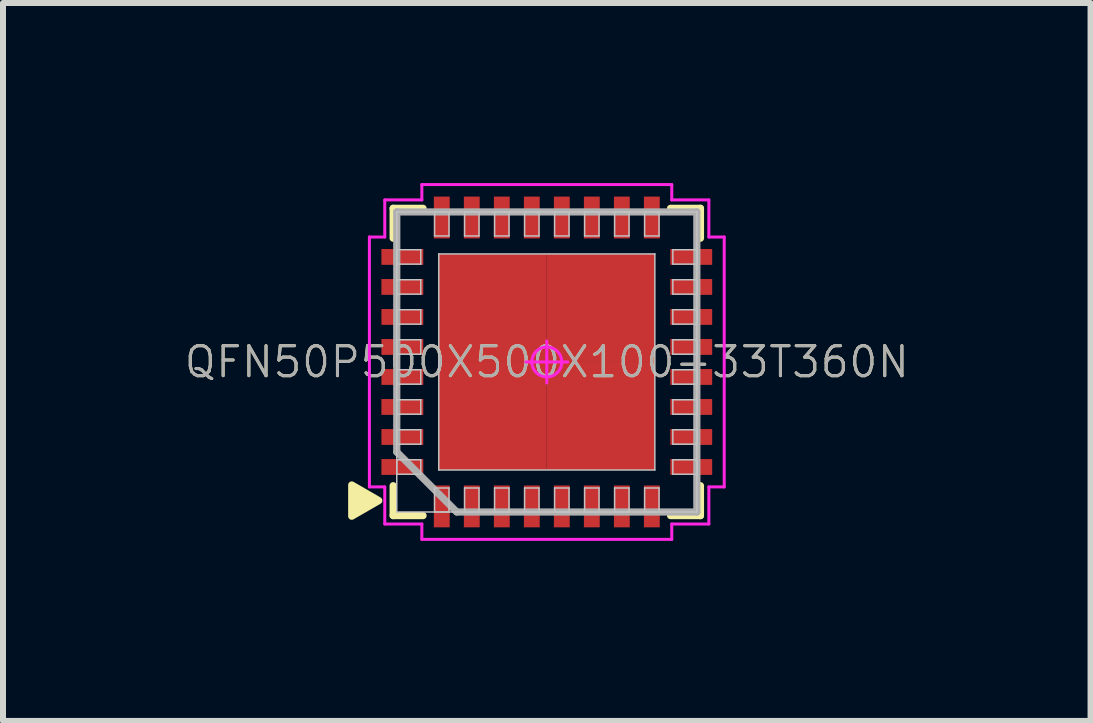
<source format=kicad_pcb>
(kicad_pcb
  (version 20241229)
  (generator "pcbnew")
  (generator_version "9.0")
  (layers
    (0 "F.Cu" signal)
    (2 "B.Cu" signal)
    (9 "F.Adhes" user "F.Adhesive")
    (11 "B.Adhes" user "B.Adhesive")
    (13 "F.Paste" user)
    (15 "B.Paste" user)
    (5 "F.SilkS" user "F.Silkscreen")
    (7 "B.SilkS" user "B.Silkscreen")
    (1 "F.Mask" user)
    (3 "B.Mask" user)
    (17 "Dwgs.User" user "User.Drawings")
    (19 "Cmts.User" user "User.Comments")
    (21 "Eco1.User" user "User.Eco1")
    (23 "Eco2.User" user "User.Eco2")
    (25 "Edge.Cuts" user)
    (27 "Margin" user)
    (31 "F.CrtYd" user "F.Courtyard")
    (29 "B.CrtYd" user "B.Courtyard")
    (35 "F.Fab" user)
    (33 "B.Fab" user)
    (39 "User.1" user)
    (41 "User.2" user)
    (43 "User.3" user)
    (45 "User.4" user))
  (footprint "QFN50P500X500X100-33T360N"
    (layer "F.Cu")
    (at 6.061 2.981)
    (property "Reference" "QFN50P500X500X100-33T360N" (at 0 0 0) (layer "F.SilkS") (effects (font (size 0.5 0.5) (thickness 0.05))))
    (attr smd)
    (fp_line (start -2.56 -2.56) (end -2.56 -2.062) (stroke (width 0.12) (type solid)) (layer "F.SilkS"))
    (fp_line (start -2.56 2.56) (end -2.56 2.062) (stroke (width 0.12) (type solid)) (layer "F.SilkS"))
    (fp_line (start -2.062 -2.56) (end -2.56 -2.56) (stroke (width 0.12) (type solid)) (layer "F.SilkS"))
    (fp_line (start -2.062 2.56) (end -2.56 2.56) (stroke (width 0.12) (type solid)) (layer "F.SilkS"))
    (fp_line (start 2.062 -2.56) (end 2.56 -2.56) (stroke (width 0.12) (type solid)) (layer "F.SilkS"))
    (fp_line (start 2.062 2.56) (end 2.56 2.56) (stroke (width 0.12) (type solid)) (layer "F.SilkS"))
    (fp_line (start 2.56 -2.56) (end 2.56 -2.062) (stroke (width 0.12) (type solid)) (layer "F.SilkS"))
    (fp_line (start 2.56 2.56) (end 2.56 2.062) (stroke (width 0.12) (type solid)) (layer "F.SilkS"))
    (fp_poly (pts (xy -3.25 2.05) (xy -2.8 2.31) (xy -3.25 2.57)) (stroke (width 0.12) (type solid)) (fill yes) (layer "F.SilkS"))
    (fp_line (start -2.5 -2.5) (end 2.5 -2.5) (stroke (width 0.025) (type solid)) (layer "Dwgs.User"))
    (fp_line (start -2.5 -1.87) (end -2.1 -1.87) (stroke (width 0.025) (type solid)) (layer "Dwgs.User"))
    (fp_line (start -2.5 -1.63) (end -2.5 -1.87) (stroke (width 0.025) (type solid)) (layer "Dwgs.User"))
    (fp_line (start -2.5 -1.37) (end -2.1 -1.37) (stroke (width 0.025) (type solid)) (layer "Dwgs.User"))
    (fp_line (start -2.5 -1.13) (end -2.5 -1.37) (stroke (width 0.025) (type solid)) (layer "Dwgs.User"))
    (fp_line (start -2.5 -0.87) (end -2.1 -0.87) (stroke (width 0.025) (type solid)) (layer "Dwgs.User"))
    (fp_line (start -2.5 -0.63) (end -2.5 -0.87) (stroke (width 0.025) (type solid)) (layer "Dwgs.User"))
    (fp_line (start -2.5 -0.37) (end -2.1 -0.37) (stroke (width 0.025) (type solid)) (layer "Dwgs.User"))
    (fp_line (start -2.5 -0.13) (end -2.5 -0.37) (stroke (width 0.025) (type solid)) (layer "Dwgs.User"))
    (fp_line (start -2.5 0.13) (end -2.1 0.13) (stroke (width 0.025) (type solid)) (layer "Dwgs.User"))
    (fp_line (start -2.5 0.37) (end -2.5 0.13) (stroke (width 0.025) (type solid)) (layer "Dwgs.User"))
    (fp_line (start -2.5 0.63) (end -2.1 0.63) (stroke (width 0.025) (type solid)) (layer "Dwgs.User"))
    (fp_line (start -2.5 0.87) (end -2.5 0.63) (stroke (width 0.025) (type solid)) (layer "Dwgs.User"))
    (fp_line (start -2.5 1.13) (end -2.1 1.13) (stroke (width 0.025) (type solid)) (layer "Dwgs.User"))
    (fp_line (start -2.5 1.37) (end -2.5 1.13) (stroke (width 0.025) (type solid)) (layer "Dwgs.User"))
    (fp_line (start -2.5 1.63) (end -2.1 1.63) (stroke (width 0.025) (type solid)) (layer "Dwgs.User"))
    (fp_line (start -2.5 1.87) (end -2.5 1.63) (stroke (width 0.025) (type solid)) (layer "Dwgs.User"))
    (fp_line (start -2.5 2.5) (end -2.5 -2.5) (stroke (width 0.025) (type solid)) (layer "Dwgs.User"))
    (fp_line (start -2.1 -1.87) (end -2.1 -1.63) (stroke (width 0.025) (type solid)) (layer "Dwgs.User"))
    (fp_line (start -2.1 -1.63) (end -2.5 -1.63) (stroke (width 0.025) (type solid)) (layer "Dwgs.User"))
    (fp_line (start -2.1 -1.37) (end -2.1 -1.13) (stroke (width 0.025) (type solid)) (layer "Dwgs.User"))
    (fp_line (start -2.1 -1.13) (end -2.5 -1.13) (stroke (width 0.025) (type solid)) (layer "Dwgs.User"))
    (fp_line (start -2.1 -0.87) (end -2.1 -0.63) (stroke (width 0.025) (type solid)) (layer "Dwgs.User"))
    (fp_line (start -2.1 -0.63) (end -2.5 -0.63) (stroke (width 0.025) (type solid)) (layer "Dwgs.User"))
    (fp_line (start -2.1 -0.37) (end -2.1 -0.13) (stroke (width 0.025) (type solid)) (layer "Dwgs.User"))
    (fp_line (start -2.1 -0.13) (end -2.5 -0.13) (stroke (width 0.025) (type solid)) (layer "Dwgs.User"))
    (fp_line (start -2.1 0.13) (end -2.1 0.37) (stroke (width 0.025) (type solid)) (layer "Dwgs.User"))
    (fp_line (start -2.1 0.37) (end -2.5 0.37) (stroke (width 0.025) (type solid)) (layer "Dwgs.User"))
    (fp_line (start -2.1 0.63) (end -2.1 0.87) (stroke (width 0.025) (type solid)) (layer "Dwgs.User"))
    (fp_line (start -2.1 0.87) (end -2.5 0.87) (stroke (width 0.025) (type solid)) (layer "Dwgs.User"))
    (fp_line (start -2.1 1.13) (end -2.1 1.37) (stroke (width 0.025) (type solid)) (layer "Dwgs.User"))
    (fp_line (start -2.1 1.37) (end -2.5 1.37) (stroke (width 0.025) (type solid)) (layer "Dwgs.User"))
    (fp_line (start -2.1 1.63) (end -2.1 1.87) (stroke (width 0.025) (type solid)) (layer "Dwgs.User"))
    (fp_line (start -2.1 1.87) (end -2.5 1.87) (stroke (width 0.025) (type solid)) (layer "Dwgs.User"))
    (fp_line (start -1.87 -2.5) (end -1.63 -2.5) (stroke (width 0.025) (type solid)) (layer "Dwgs.User"))
    (fp_line (start -1.87 -2.1) (end -1.87 -2.5) (stroke (width 0.025) (type solid)) (layer "Dwgs.User"))
    (fp_line (start -1.87 2.1) (end -1.63 2.1) (stroke (width 0.025) (type solid)) (layer "Dwgs.User"))
    (fp_line (start -1.87 2.5) (end -1.87 2.1) (stroke (width 0.025) (type solid)) (layer "Dwgs.User"))
    (fp_line (start -1.8 -1.8) (end 1.8 -1.8) (stroke (width 0.025) (type solid)) (layer "Dwgs.User"))
    (fp_line (start -1.8 1.8) (end -1.8 -1.8) (stroke (width 0.025) (type solid)) (layer "Dwgs.User"))
    (fp_line (start -1.63 -2.5) (end -1.63 -2.1) (stroke (width 0.025) (type solid)) (layer "Dwgs.User"))
    (fp_line (start -1.63 -2.1) (end -1.87 -2.1) (stroke (width 0.025) (type solid)) (layer "Dwgs.User"))
    (fp_line (start -1.63 2.1) (end -1.63 2.5) (stroke (width 0.025) (type solid)) (layer "Dwgs.User"))
    (fp_line (start -1.63 2.5) (end -1.87 2.5) (stroke (width 0.025) (type solid)) (layer "Dwgs.User"))
    (fp_line (start -1.37 -2.5) (end -1.13 -2.5) (stroke (width 0.025) (type solid)) (layer "Dwgs.User"))
    (fp_line (start -1.37 -2.1) (end -1.37 -2.5) (stroke (width 0.025) (type solid)) (layer "Dwgs.User"))
    (fp_line (start -1.37 2.1) (end -1.13 2.1) (stroke (width 0.025) (type solid)) (layer "Dwgs.User"))
    (fp_line (start -1.37 2.5) (end -1.37 2.1) (stroke (width 0.025) (type solid)) (layer "Dwgs.User"))
    (fp_line (start -1.13 -2.5) (end -1.13 -2.1) (stroke (width 0.025) (type solid)) (layer "Dwgs.User"))
    (fp_line (start -1.13 -2.1) (end -1.37 -2.1) (stroke (width 0.025) (type solid)) (layer "Dwgs.User"))
    (fp_line (start -1.13 2.1) (end -1.13 2.5) (stroke (width 0.025) (type solid)) (layer "Dwgs.User"))
    (fp_line (start -1.13 2.5) (end -1.37 2.5) (stroke (width 0.025) (type solid)) (layer "Dwgs.User"))
    (fp_line (start -0.87 -2.5) (end -0.63 -2.5) (stroke (width 0.025) (type solid)) (layer "Dwgs.User"))
    (fp_line (start -0.87 -2.1) (end -0.87 -2.5) (stroke (width 0.025) (type solid)) (layer "Dwgs.User"))
    (fp_line (start -0.87 2.1) (end -0.63 2.1) (stroke (width 0.025) (type solid)) (layer "Dwgs.User"))
    (fp_line (start -0.87 2.5) (end -0.87 2.1) (stroke (width 0.025) (type solid)) (layer "Dwgs.User"))
    (fp_line (start -0.63 -2.5) (end -0.63 -2.1) (stroke (width 0.025) (type solid)) (layer "Dwgs.User"))
    (fp_line (start -0.63 -2.1) (end -0.87 -2.1) (stroke (width 0.025) (type solid)) (layer "Dwgs.User"))
    (fp_line (start -0.63 2.1) (end -0.63 2.5) (stroke (width 0.025) (type solid)) (layer "Dwgs.User"))
    (fp_line (start -0.63 2.5) (end -0.87 2.5) (stroke (width 0.025) (type solid)) (layer "Dwgs.User"))
    (fp_line (start -0.37 -2.5) (end -0.13 -2.5) (stroke (width 0.025) (type solid)) (layer "Dwgs.User"))
    (fp_line (start -0.37 -2.1) (end -0.37 -2.5) (stroke (width 0.025) (type solid)) (layer "Dwgs.User"))
    (fp_line (start -0.37 2.1) (end -0.13 2.1) (stroke (width 0.025) (type solid)) (layer "Dwgs.User"))
    (fp_line (start -0.37 2.5) (end -0.37 2.1) (stroke (width 0.025) (type solid)) (layer "Dwgs.User"))
    (fp_line (start -0.13 -2.5) (end -0.13 -2.1) (stroke (width 0.025) (type solid)) (layer "Dwgs.User"))
    (fp_line (start -0.13 -2.1) (end -0.37 -2.1) (stroke (width 0.025) (type solid)) (layer "Dwgs.User"))
    (fp_line (start -0.13 2.1) (end -0.13 2.5) (stroke (width 0.025) (type solid)) (layer "Dwgs.User"))
    (fp_line (start -0.13 2.5) (end -0.37 2.5) (stroke (width 0.025) (type solid)) (layer "Dwgs.User"))
    (fp_line (start 0.13 -2.5) (end 0.37 -2.5) (stroke (width 0.025) (type solid)) (layer "Dwgs.User"))
    (fp_line (start 0.13 -2.1) (end 0.13 -2.5) (stroke (width 0.025) (type solid)) (layer "Dwgs.User"))
    (fp_line (start 0.13 2.1) (end 0.37 2.1) (stroke (width 0.025) (type solid)) (layer "Dwgs.User"))
    (fp_line (start 0.13 2.5) (end 0.13 2.1) (stroke (width 0.025) (type solid)) (layer "Dwgs.User"))
    (fp_line (start 0.37 -2.5) (end 0.37 -2.1) (stroke (width 0.025) (type solid)) (layer "Dwgs.User"))
    (fp_line (start 0.37 -2.1) (end 0.13 -2.1) (stroke (width 0.025) (type solid)) (layer "Dwgs.User"))
    (fp_line (start 0.37 2.1) (end 0.37 2.5) (stroke (width 0.025) (type solid)) (layer "Dwgs.User"))
    (fp_line (start 0.37 2.5) (end 0.13 2.5) (stroke (width 0.025) (type solid)) (layer "Dwgs.User"))
    (fp_line (start 0.63 -2.5) (end 0.87 -2.5) (stroke (width 0.025) (type solid)) (layer "Dwgs.User"))
    (fp_line (start 0.63 -2.1) (end 0.63 -2.5) (stroke (width 0.025) (type solid)) (layer "Dwgs.User"))
    (fp_line (start 0.63 2.1) (end 0.87 2.1) (stroke (width 0.025) (type solid)) (layer "Dwgs.User"))
    (fp_line (start 0.63 2.5) (end 0.63 2.1) (stroke (width 0.025) (type solid)) (layer "Dwgs.User"))
    (fp_line (start 0.87 -2.5) (end 0.87 -2.1) (stroke (width 0.025) (type solid)) (layer "Dwgs.User"))
    (fp_line (start 0.87 -2.1) (end 0.63 -2.1) (stroke (width 0.025) (type solid)) (layer "Dwgs.User"))
    (fp_line (start 0.87 2.1) (end 0.87 2.5) (stroke (width 0.025) (type solid)) (layer "Dwgs.User"))
    (fp_line (start 0.87 2.5) (end 0.63 2.5) (stroke (width 0.025) (type solid)) (layer "Dwgs.User"))
    (fp_line (start 1.13 -2.5) (end 1.37 -2.5) (stroke (width 0.025) (type solid)) (layer "Dwgs.User"))
    (fp_line (start 1.13 -2.1) (end 1.13 -2.5) (stroke (width 0.025) (type solid)) (layer "Dwgs.User"))
    (fp_line (start 1.13 2.1) (end 1.37 2.1) (stroke (width 0.025) (type solid)) (layer "Dwgs.User"))
    (fp_line (start 1.13 2.5) (end 1.13 2.1) (stroke (width 0.025) (type solid)) (layer "Dwgs.User"))
    (fp_line (start 1.37 -2.5) (end 1.37 -2.1) (stroke (width 0.025) (type solid)) (layer "Dwgs.User"))
    (fp_line (start 1.37 -2.1) (end 1.13 -2.1) (stroke (width 0.025) (type solid)) (layer "Dwgs.User"))
    (fp_line (start 1.37 2.1) (end 1.37 2.5) (stroke (width 0.025) (type solid)) (layer "Dwgs.User"))
    (fp_line (start 1.37 2.5) (end 1.13 2.5) (stroke (width 0.025) (type solid)) (layer "Dwgs.User"))
    (fp_line (start 1.63 -2.5) (end 1.87 -2.5) (stroke (width 0.025) (type solid)) (layer "Dwgs.User"))
    (fp_line (start 1.63 -2.1) (end 1.63 -2.5) (stroke (width 0.025) (type solid)) (layer "Dwgs.User"))
    (fp_line (start 1.63 2.1) (end 1.87 2.1) (stroke (width 0.025) (type solid)) (layer "Dwgs.User"))
    (fp_line (start 1.63 2.5) (end 1.63 2.1) (stroke (width 0.025) (type solid)) (layer "Dwgs.User"))
    (fp_line (start 1.8 -1.8) (end 1.8 1.8) (stroke (width 0.025) (type solid)) (layer "Dwgs.User"))
    (fp_line (start 1.8 1.8) (end -1.8 1.8) (stroke (width 0.025) (type solid)) (layer "Dwgs.User"))
    (fp_line (start 1.87 -2.5) (end 1.87 -2.1) (stroke (width 0.025) (type solid)) (layer "Dwgs.User"))
    (fp_line (start 1.87 -2.1) (end 1.63 -2.1) (stroke (width 0.025) (type solid)) (layer "Dwgs.User"))
    (fp_line (start 1.87 2.1) (end 1.87 2.5) (stroke (width 0.025) (type solid)) (layer "Dwgs.User"))
    (fp_line (start 1.87 2.5) (end 1.63 2.5) (stroke (width 0.025) (type solid)) (layer "Dwgs.User"))
    (fp_line (start 2.1 -1.87) (end 2.5 -1.87) (stroke (width 0.025) (type solid)) (layer "Dwgs.User"))
    (fp_line (start 2.1 -1.63) (end 2.1 -1.87) (stroke (width 0.025) (type solid)) (layer "Dwgs.User"))
    (fp_line (start 2.1 -1.37) (end 2.5 -1.37) (stroke (width 0.025) (type solid)) (layer "Dwgs.User"))
    (fp_line (start 2.1 -1.13) (end 2.1 -1.37) (stroke (width 0.025) (type solid)) (layer "Dwgs.User"))
    (fp_line (start 2.1 -0.87) (end 2.5 -0.87) (stroke (width 0.025) (type solid)) (layer "Dwgs.User"))
    (fp_line (start 2.1 -0.63) (end 2.1 -0.87) (stroke (width 0.025) (type solid)) (layer "Dwgs.User"))
    (fp_line (start 2.1 -0.37) (end 2.5 -0.37) (stroke (width 0.025) (type solid)) (layer "Dwgs.User"))
    (fp_line (start 2.1 -0.13) (end 2.1 -0.37) (stroke (width 0.025) (type solid)) (layer "Dwgs.User"))
    (fp_line (start 2.1 0.13) (end 2.5 0.13) (stroke (width 0.025) (type solid)) (layer "Dwgs.User"))
    (fp_line (start 2.1 0.37) (end 2.1 0.13) (stroke (width 0.025) (type solid)) (layer "Dwgs.User"))
    (fp_line (start 2.1 0.63) (end 2.5 0.63) (stroke (width 0.025) (type solid)) (layer "Dwgs.User"))
    (fp_line (start 2.1 0.87) (end 2.1 0.63) (stroke (width 0.025) (type solid)) (layer "Dwgs.User"))
    (fp_line (start 2.1 1.13) (end 2.5 1.13) (stroke (width 0.025) (type solid)) (layer "Dwgs.User"))
    (fp_line (start 2.1 1.37) (end 2.1 1.13) (stroke (width 0.025) (type solid)) (layer "Dwgs.User"))
    (fp_line (start 2.1 1.63) (end 2.5 1.63) (stroke (width 0.025) (type solid)) (layer "Dwgs.User"))
    (fp_line (start 2.1 1.87) (end 2.1 1.63) (stroke (width 0.025) (type solid)) (layer "Dwgs.User"))
    (fp_line (start 2.5 -2.5) (end 2.5 2.5) (stroke (width 0.025) (type solid)) (layer "Dwgs.User"))
    (fp_line (start 2.5 -1.87) (end 2.5 -1.63) (stroke (width 0.025) (type solid)) (layer "Dwgs.User"))
    (fp_line (start 2.5 -1.63) (end 2.1 -1.63) (stroke (width 0.025) (type solid)) (layer "Dwgs.User"))
    (fp_line (start 2.5 -1.37) (end 2.5 -1.13) (stroke (width 0.025) (type solid)) (layer "Dwgs.User"))
    (fp_line (start 2.5 -1.13) (end 2.1 -1.13) (stroke (width 0.025) (type solid)) (layer "Dwgs.User"))
    (fp_line (start 2.5 -0.87) (end 2.5 -0.63) (stroke (width 0.025) (type solid)) (layer "Dwgs.User"))
    (fp_line (start 2.5 -0.63) (end 2.1 -0.63) (stroke (width 0.025) (type solid)) (layer "Dwgs.User"))
    (fp_line (start 2.5 -0.37) (end 2.5 -0.13) (stroke (width 0.025) (type solid)) (layer "Dwgs.User"))
    (fp_line (start 2.5 -0.13) (end 2.1 -0.13) (stroke (width 0.025) (type solid)) (layer "Dwgs.User"))
    (fp_line (start 2.5 0.13) (end 2.5 0.37) (stroke (width 0.025) (type solid)) (layer "Dwgs.User"))
    (fp_line (start 2.5 0.37) (end 2.1 0.37) (stroke (width 0.025) (type solid)) (layer "Dwgs.User"))
    (fp_line (start 2.5 0.63) (end 2.5 0.87) (stroke (width 0.025) (type solid)) (layer "Dwgs.User"))
    (fp_line (start 2.5 0.87) (end 2.1 0.87) (stroke (width 0.025) (type solid)) (layer "Dwgs.User"))
    (fp_line (start 2.5 1.13) (end 2.5 1.37) (stroke (width 0.025) (type solid)) (layer "Dwgs.User"))
    (fp_line (start 2.5 1.37) (end 2.1 1.37) (stroke (width 0.025) (type solid)) (layer "Dwgs.User"))
    (fp_line (start 2.5 1.63) (end 2.5 1.87) (stroke (width 0.025) (type solid)) (layer "Dwgs.User"))
    (fp_line (start 2.5 1.87) (end 2.1 1.87) (stroke (width 0.025) (type solid)) (layer "Dwgs.User"))
    (fp_line (start 2.5 2.5) (end -2.5 2.5) (stroke (width 0.025) (type solid)) (layer "Dwgs.User"))
    (fp_line (start -2.956 -2.082) (end -2.956 2.082) (stroke (width 0.05) (type solid)) (layer "F.CrtYd"))
    (fp_line (start -2.956 2.082) (end -2.7 2.082) (stroke (width 0.05) (type solid)) (layer "F.CrtYd"))
    (fp_line (start -2.7 -2.7) (end -2.7 -2.082) (stroke (width 0.05) (type solid)) (layer "F.CrtYd"))
    (fp_line (start -2.7 -2.082) (end -2.956 -2.082) (stroke (width 0.05) (type solid)) (layer "F.CrtYd"))
    (fp_line (start -2.7 2.082) (end -2.7 2.7) (stroke (width 0.05) (type solid)) (layer "F.CrtYd"))
    (fp_line (start -2.7 2.7) (end -2.082 2.7) (stroke (width 0.05) (type solid)) (layer "F.CrtYd"))
    (fp_line (start -2.082 -2.956) (end -2.082 -2.7) (stroke (width 0.05) (type solid)) (layer "F.CrtYd"))
    (fp_line (start -2.082 -2.7) (end -2.7 -2.7) (stroke (width 0.05) (type solid)) (layer "F.CrtYd"))
    (fp_line (start -2.082 2.7) (end -2.082 2.956) (stroke (width 0.05) (type solid)) (layer "F.CrtYd"))
    (fp_line (start -2.082 2.956) (end 2.082 2.956) (stroke (width 0.05) (type solid)) (layer "F.CrtYd"))
    (fp_line (start -0.35 0) (end 0.35 0) (stroke (width 0.05) (type solid)) (layer "F.CrtYd"))
    (fp_line (start 0 -0.35) (end 0 0.35) (stroke (width 0.05) (type solid)) (layer "F.CrtYd"))
    (fp_line (start 2.082 -2.956) (end -2.082 -2.956) (stroke (width 0.05) (type solid)) (layer "F.CrtYd"))
    (fp_line (start 2.082 -2.7) (end 2.082 -2.956) (stroke (width 0.05) (type solid)) (layer "F.CrtYd"))
    (fp_line (start 2.082 2.7) (end 2.7 2.7) (stroke (width 0.05) (type solid)) (layer "F.CrtYd"))
    (fp_line (start 2.082 2.956) (end 2.082 2.7) (stroke (width 0.05) (type solid)) (layer "F.CrtYd"))
    (fp_line (start 2.7 -2.7) (end 2.082 -2.7) (stroke (width 0.05) (type solid)) (layer "F.CrtYd"))
    (fp_line (start 2.7 -2.082) (end 2.7 -2.7) (stroke (width 0.05) (type solid)) (layer "F.CrtYd"))
    (fp_line (start 2.7 2.082) (end 2.956 2.082) (stroke (width 0.05) (type solid)) (layer "F.CrtYd"))
    (fp_line (start 2.7 2.7) (end 2.7 2.082) (stroke (width 0.05) (type solid)) (layer "F.CrtYd"))
    (fp_line (start 2.956 -2.082) (end 2.7 -2.082) (stroke (width 0.05) (type solid)) (layer "F.CrtYd"))
    (fp_line (start 2.956 2.082) (end 2.956 -2.082) (stroke (width 0.05) (type solid)) (layer "F.CrtYd"))
    (fp_circle (center 0 0) (end 0 0.25) (stroke (width 0.05) (type solid)) (fill no) (layer "F.CrtYd"))
    (fp_line (start -2.5 -2.5) (end 2.5 -2.5) (stroke (width 0.12) (type solid)) (layer "F.Fab"))
    (fp_line (start -2.5 1.5) (end -2.5 -2.5) (stroke (width 0.12) (type solid)) (layer "F.Fab"))
    (fp_line (start -1.5 2.5) (end -2.5 1.5) (stroke (width 0.12) (type solid)) (layer "F.Fab"))
    (fp_line (start 2.5 -2.5) (end 2.5 2.5) (stroke (width 0.12) (type solid)) (layer "F.Fab"))
    (fp_line (start 2.5 2.5) (end -1.5 2.5) (stroke (width 0.12) (type solid)) (layer "F.Fab"))
    (fp_text user "${REFERENCE}" (at 0 0 0) (layer "F.Fab") (effects (font (size 0.5 0.5) (thickness 0.05))))
    (pad "" smd rect (at -0.9 -0.9 90) (size 1.394 1.394) (layers "F.Paste"))
    (pad "" smd rect (at -0.9 0.9 90) (size 1.394 1.394) (layers "F.Paste"))
    (pad "" smd rect (at 0.9 -0.9 90) (size 1.394 1.394) (layers "F.Paste"))
    (pad "" smd rect (at 0.9 0.9 90) (size 1.394 1.394) (layers "F.Paste"))
    (pad "1" smd rect (at -1.75 2.407 90) (size 0.697 0.264) (layers "F.Cu" "F.Mask" "F.Paste"))
    (pad "2" smd rect (at -1.25 2.407 90) (size 0.697 0.264) (layers "F.Cu" "F.Mask" "F.Paste"))
    (pad "3" smd rect (at -0.75 2.407 90) (size 0.697 0.264) (layers "F.Cu" "F.Mask" "F.Paste"))
    (pad "4" smd rect (at -0.25 2.407 90) (size 0.697 0.264) (layers "F.Cu" "F.Mask" "F.Paste"))
    (pad "5" smd rect (at 0.25 2.407 90) (size 0.697 0.264) (layers "F.Cu" "F.Mask" "F.Paste"))
    (pad "6" smd rect (at 0.75 2.407 90) (size 0.697 0.264) (layers "F.Cu" "F.Mask" "F.Paste"))
    (pad "7" smd rect (at 1.25 2.407 90) (size 0.697 0.264) (layers "F.Cu" "F.Mask" "F.Paste"))
    (pad "8" smd rect (at 1.75 2.407 90) (size 0.697 0.264) (layers "F.Cu" "F.Mask" "F.Paste"))
    (pad "9" smd rect (at 2.407 1.75) (size 0.697 0.264) (layers "F.Cu" "F.Mask" "F.Paste"))
    (pad "10" smd rect (at 2.407 1.25) (size 0.697 0.264) (layers "F.Cu" "F.Mask" "F.Paste"))
    (pad "11" smd rect (at 2.407 0.75) (size 0.697 0.264) (layers "F.Cu" "F.Mask" "F.Paste"))
    (pad "12" smd rect (at 2.407 0.25) (size 0.697 0.264) (layers "F.Cu" "F.Mask" "F.Paste"))
    (pad "13" smd rect (at 2.407 -0.25) (size 0.697 0.264) (layers "F.Cu" "F.Mask" "F.Paste"))
    (pad "14" smd rect (at 2.407 -0.75) (size 0.697 0.264) (layers "F.Cu" "F.Mask" "F.Paste"))
    (pad "15" smd rect (at 2.407 -1.25) (size 0.697 0.264) (layers "F.Cu" "F.Mask" "F.Paste"))
    (pad "16" smd rect (at 2.407 -1.75) (size 0.697 0.264) (layers "F.Cu" "F.Mask" "F.Paste"))
    (pad "17" smd rect (at 1.75 -2.407 90) (size 0.697 0.264) (layers "F.Cu" "F.Mask" "F.Paste"))
    (pad "18" smd rect (at 1.25 -2.407 90) (size 0.697 0.264) (layers "F.Cu" "F.Mask" "F.Paste"))
    (pad "19" smd rect (at 0.75 -2.407 90) (size 0.697 0.264) (layers "F.Cu" "F.Mask" "F.Paste"))
    (pad "20" smd rect (at 0.25 -2.407 90) (size 0.697 0.264) (layers "F.Cu" "F.Mask" "F.Paste"))
    (pad "21" smd rect (at -0.25 -2.407 90) (size 0.697 0.264) (layers "F.Cu" "F.Mask" "F.Paste"))
    (pad "22" smd rect (at -0.75 -2.407 90) (size 0.697 0.264) (layers "F.Cu" "F.Mask" "F.Paste"))
    (pad "23" smd rect (at -1.25 -2.407 90) (size 0.697 0.264) (layers "F.Cu" "F.Mask" "F.Paste"))
    (pad "24" smd rect (at -1.75 -2.407 90) (size 0.697 0.264) (layers "F.Cu" "F.Mask" "F.Paste"))
    (pad "25" smd rect (at -2.407 -1.75) (size 0.697 0.264) (layers "F.Cu" "F.Mask" "F.Paste"))
    (pad "26" smd rect (at -2.407 -1.25) (size 0.697 0.264) (layers "F.Cu" "F.Mask" "F.Paste"))
    (pad "27" smd rect (at -2.407 -0.75) (size 0.697 0.264) (layers "F.Cu" "F.Mask" "F.Paste"))
    (pad "28" smd rect (at -2.407 -0.25) (size 0.697 0.264) (layers "F.Cu" "F.Mask" "F.Paste"))
    (pad "29" smd rect (at -2.407 0.25) (size 0.697 0.264) (layers "F.Cu" "F.Mask" "F.Paste"))
    (pad "30" smd rect (at -2.407 0.75) (size 0.697 0.264) (layers "F.Cu" "F.Mask" "F.Paste"))
    (pad "31" smd rect (at -2.407 1.25) (size 0.697 0.264) (layers "F.Cu" "F.Mask" "F.Paste"))
    (pad "32" smd rect (at -2.407 1.75) (size 0.697 0.264) (layers "F.Cu" "F.Mask" "F.Paste"))
    (pad "33" smd rect (at -0.9 -0.9 90) (size 1.8 1.8) (layers "F.Cu" "F.Mask" "F.Paste"))
    (pad "33" smd rect (at -0.9 0.9 90) (size 1.8 1.8) (layers "F.Cu" "F.Mask" "F.Paste"))
    (pad "33" smd rect (at 0.9 -0.9 90) (size 1.8 1.8) (layers "F.Cu" "F.Mask" "F.Paste"))
    (pad "33" smd rect (at 0.9 0.9 90) (size 1.8 1.8) (layers "F.Cu" "F.Mask" "F.Paste")))
  (gr_rect
    (start -3 -3)
    (end 15.121 8.962)
    (stroke (width 0.1) (type default))
    (fill no)
    (layer "Edge.Cuts")))
</source>
